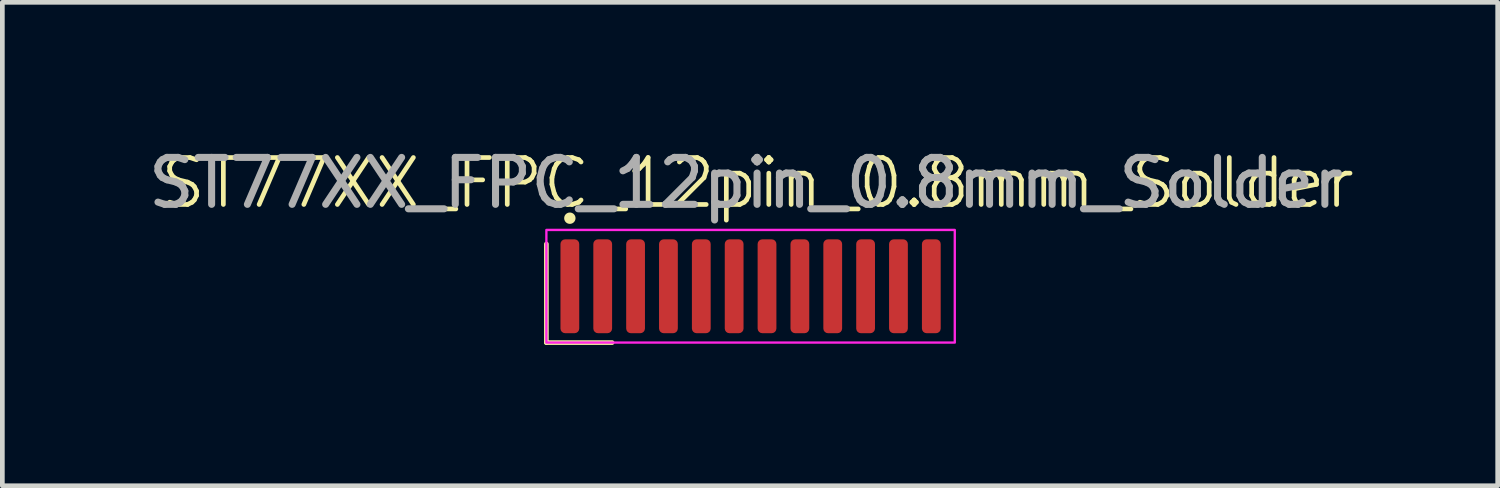
<source format=kicad_pcb>
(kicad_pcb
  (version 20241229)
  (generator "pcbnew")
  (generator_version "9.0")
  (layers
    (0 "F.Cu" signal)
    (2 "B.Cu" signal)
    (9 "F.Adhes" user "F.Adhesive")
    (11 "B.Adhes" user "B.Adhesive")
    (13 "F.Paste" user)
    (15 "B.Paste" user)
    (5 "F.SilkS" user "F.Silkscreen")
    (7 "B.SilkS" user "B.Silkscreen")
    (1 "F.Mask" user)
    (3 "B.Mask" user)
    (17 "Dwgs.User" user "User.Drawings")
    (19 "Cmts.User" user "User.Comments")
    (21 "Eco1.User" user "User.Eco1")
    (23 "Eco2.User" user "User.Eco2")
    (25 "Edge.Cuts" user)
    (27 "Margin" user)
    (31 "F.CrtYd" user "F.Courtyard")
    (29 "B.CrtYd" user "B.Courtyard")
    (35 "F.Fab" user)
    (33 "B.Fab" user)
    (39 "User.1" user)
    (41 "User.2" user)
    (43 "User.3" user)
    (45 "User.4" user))
  (footprint "ST77XX_FPC_12pin_0.8mm_Solder"
    (layer "F.Cu")
    (at 12.939 3.048)
    (property "Reference" "ST77XX_FPC_12pin_0.8mm_Solder" (at 0.15 -2.2 0) (unlocked yes) (layer "F.SilkS") (effects (font (size 1 1) (thickness 0.1))))
    (attr smd)
    (fp_line (start -4.35 -0.9) (end -4.35 1.2) (stroke (width 0.1) (type default)) (layer "F.SilkS"))
    (fp_line (start -4.35 1.2) (end -2.95 1.2) (stroke (width 0.1) (type default)) (layer "F.SilkS"))
    (fp_circle (center -3.85 -1.45) (end -3.779 -1.45) (stroke (width 0.1) (type solid)) (fill yes) (layer "F.SilkS"))
    (fp_rect (start -4.35 -1.2) (end 4.35 1.2) (stroke (width 0.05) (type default)) (fill no) (layer "F.CrtYd"))
    (fp_text user "${REFERENCE}" (at -0.1 -2.2 0) (unlocked yes) (layer "F.Fab") (effects (font (size 1 1) (thickness 0.15))))
    (pad "1" smd roundrect (at -3.85 0 270) (size 2 0.4) (layers "F.Cu" "F.Mask" "F.Paste") (roundrect_rratio 0.25))
    (pad "2" smd roundrect (at -3.15 0 270) (size 2 0.4) (layers "F.Cu" "F.Mask" "F.Paste") (roundrect_rratio 0.25))
    (pad "3" smd roundrect (at -2.45 0 270) (size 2 0.4) (layers "F.Cu" "F.Mask" "F.Paste") (roundrect_rratio 0.25))
    (pad "4" smd roundrect (at -1.75 0 270) (size 2 0.4) (layers "F.Cu" "F.Mask" "F.Paste") (roundrect_rratio 0.25))
    (pad "5" smd roundrect (at -1.05 0 270) (size 2 0.4) (layers "F.Cu" "F.Mask" "F.Paste") (roundrect_rratio 0.25))
    (pad "6" smd roundrect (at -0.35 0 270) (size 2 0.4) (layers "F.Cu" "F.Mask" "F.Paste") (roundrect_rratio 0.25))
    (pad "7" smd roundrect (at 0.35 0 270) (size 2 0.4) (layers "F.Cu" "F.Mask" "F.Paste") (roundrect_rratio 0.25))
    (pad "8" smd roundrect (at 1.05 0 270) (size 2 0.4) (layers "F.Cu" "F.Mask" "F.Paste") (roundrect_rratio 0.25))
    (pad "9" smd roundrect (at 1.75 0 270) (size 2 0.4) (layers "F.Cu" "F.Mask" "F.Paste") (roundrect_rratio 0.25))
    (pad "10" smd roundrect (at 2.45 0 270) (size 2 0.4) (layers "F.Cu" "F.Mask" "F.Paste") (roundrect_rratio 0.25))
    (pad "11" smd roundrect (at 3.15 0 270) (size 2 0.4) (layers "F.Cu" "F.Mask" "F.Paste") (roundrect_rratio 0.25))
    (pad "12" smd roundrect (at 3.85 0 270) (size 2 0.4) (layers "F.Cu" "F.Mask" "F.Paste") (roundrect_rratio 0.25)))
  (gr_rect
    (start -3 -3)
    (end 28.854 7.298)
    (stroke (width 0.1) (type default))
    (fill no)
    (layer "Edge.Cuts")))
</source>
